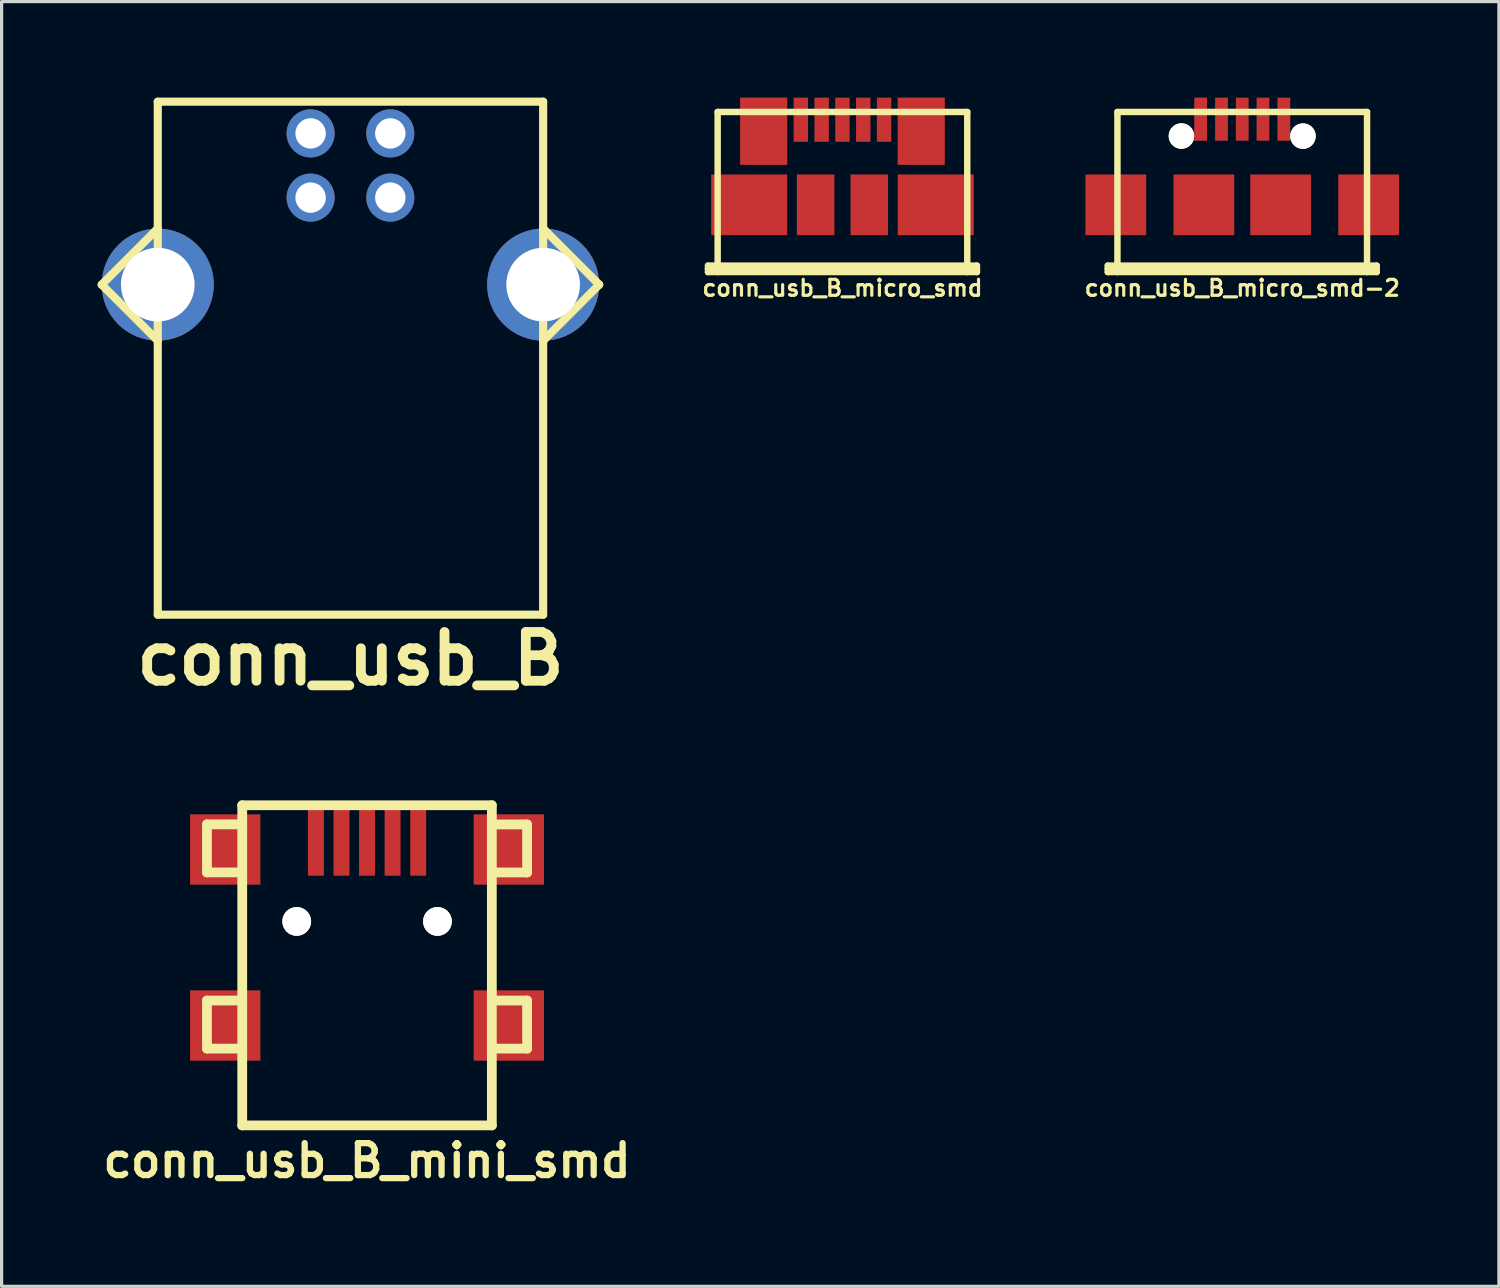
<source format=kicad_pcb>
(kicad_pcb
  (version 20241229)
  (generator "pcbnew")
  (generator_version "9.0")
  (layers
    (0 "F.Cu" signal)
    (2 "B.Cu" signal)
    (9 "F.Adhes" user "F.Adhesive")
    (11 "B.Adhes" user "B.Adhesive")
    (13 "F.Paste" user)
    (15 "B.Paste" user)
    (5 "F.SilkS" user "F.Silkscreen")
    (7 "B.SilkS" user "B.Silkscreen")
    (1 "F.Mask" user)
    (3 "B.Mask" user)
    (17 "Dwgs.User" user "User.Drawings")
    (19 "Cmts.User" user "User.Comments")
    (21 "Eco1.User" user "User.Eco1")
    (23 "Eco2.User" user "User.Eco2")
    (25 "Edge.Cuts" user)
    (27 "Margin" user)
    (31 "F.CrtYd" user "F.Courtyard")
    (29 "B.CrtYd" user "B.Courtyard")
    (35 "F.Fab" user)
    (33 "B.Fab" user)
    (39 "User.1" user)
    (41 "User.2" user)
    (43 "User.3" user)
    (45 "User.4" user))
  (footprint "conn_usb_B_mini_smd"
    (layer "F.Cu")
    (at 8.417 27.109)
    (property "Reference" "conn_usb_B_mini_smd" (at 0 6.101 0) (layer "F.SilkS") (effects (font (size 0.998 0.998) (thickness 0.196))))
    (attr through_hole)
    (fp_line (start -5.001 -4.404) (end -5.001 -2.903) (stroke (width 0.305) (type solid)) (layer "F.SilkS"))
    (fp_line (start -5.001 -2.903) (end -3.899 -2.903) (stroke (width 0.305) (type solid)) (layer "F.SilkS"))
    (fp_line (start -5.001 1.1) (end -5.001 2.601) (stroke (width 0.305) (type solid)) (layer "F.SilkS"))
    (fp_line (start -5.001 2.601) (end -3.899 2.601) (stroke (width 0.305) (type solid)) (layer "F.SilkS"))
    (fp_line (start -3.899 -5.001) (end -3.899 5.001) (stroke (width 0.305) (type solid)) (layer "F.SilkS"))
    (fp_line (start -3.899 -4.404) (end -5.001 -4.404) (stroke (width 0.305) (type solid)) (layer "F.SilkS"))
    (fp_line (start -3.899 1.1) (end -5.001 1.1) (stroke (width 0.305) (type solid)) (layer "F.SilkS"))
    (fp_line (start -3.899 5.001) (end 3.899 5.001) (stroke (width 0.305) (type solid)) (layer "F.SilkS"))
    (fp_line (start 3.899 -5.001) (end -3.899 -5.001) (stroke (width 0.305) (type solid)) (layer "F.SilkS"))
    (fp_line (start 3.899 -4.402) (end 5.001 -4.402) (stroke (width 0.305) (type solid)) (layer "F.SilkS"))
    (fp_line (start 3.899 1.1) (end 5.001 1.1) (stroke (width 0.305) (type solid)) (layer "F.SilkS"))
    (fp_line (start 3.899 5.001) (end 3.899 -5.001) (stroke (width 0.305) (type solid)) (layer "F.SilkS"))
    (fp_line (start 5.001 -4.402) (end 5.001 -2.901) (stroke (width 0.305) (type solid)) (layer "F.SilkS"))
    (fp_line (start 5.001 -2.901) (end 3.899 -2.901) (stroke (width 0.305) (type solid)) (layer "F.SilkS"))
    (fp_line (start 5.001 1.1) (end 5.001 2.601) (stroke (width 0.305) (type solid)) (layer "F.SilkS"))
    (fp_line (start 5.001 2.601) (end 3.899 2.601) (stroke (width 0.305) (type solid)) (layer "F.SilkS"))
    (pad "" smd rect (at -4.43 -3.619) (size 2.197 2.197) (layers "F.Cu" "F.Mask" "F.Paste"))
    (pad "" smd rect (at -4.43 1.88) (size 2.197 2.197) (layers "F.Cu" "F.Mask" "F.Paste"))
    (pad "" np_thru_hole circle (at -2.197 -1.372) (size 0.899 0.899) (drill 0.899) (layers "*.Cu" "*.Mask" "F.SilkS"))
    (pad "" np_thru_hole circle (at 2.2 -1.372) (size 0.899 0.899) (drill 0.899) (layers "*.Cu" "*.Mask" "F.SilkS"))
    (pad "" smd rect (at 4.43 -3.619) (size 2.197 2.197) (layers "F.Cu" "F.Mask" "F.Paste"))
    (pad "" smd rect (at 4.43 1.88) (size 2.197 2.197) (layers "F.Cu" "F.Mask" "F.Paste"))
    (pad "1" smd rect (at -1.598 -3.899) (size 0.498 2.197) (layers "F.Cu" "F.Mask" "F.Paste"))
    (pad "2" smd rect (at -0.798 -3.899) (size 0.498 2.197) (layers "F.Cu" "F.Mask" "F.Paste"))
    (pad "3" smd rect (at 0 -3.899) (size 0.498 2.197) (layers "F.Cu" "F.Mask" "F.Paste"))
    (pad "4" smd rect (at 0.798 -3.899) (size 0.498 2.197) (layers "F.Cu" "F.Mask" "F.Paste"))
    (pad "5" smd rect (at 1.598 -3.899) (size 0.498 2.197) (layers "F.Cu" "F.Mask" "F.Paste")))
  (footprint "conn_usb_B_micro_smd"
    (layer "F.Cu")
    (at 23.27 3.349)
    (property "Reference" "conn_usb_B_micro_smd" (at 0 2.601 0) (layer "F.SilkS") (effects (font (size 0.5 0.5) (thickness 0.099))))
    (attr through_hole)
    (fp_line (start -4.201 1.9) (end -4.201 2.101) (stroke (width 0.201) (type solid)) (layer "F.SilkS"))
    (fp_line (start -4.201 1.999) (end 4.201 1.999) (stroke (width 0.201) (type solid)) (layer "F.SilkS"))
    (fp_line (start -4.201 2.101) (end 4.201 2.101) (stroke (width 0.201) (type solid)) (layer "F.SilkS"))
    (fp_line (start -3.899 -2.901) (end 3.899 -2.901) (stroke (width 0.201) (type solid)) (layer "F.SilkS"))
    (fp_line (start -3.899 2.101) (end -3.899 -2.901) (stroke (width 0.201) (type solid)) (layer "F.SilkS"))
    (fp_line (start 3.899 -2.901) (end 3.899 2.101) (stroke (width 0.201) (type solid)) (layer "F.SilkS"))
    (fp_line (start 4.201 1.9) (end -4.201 1.9) (stroke (width 0.201) (type solid)) (layer "F.SilkS"))
    (fp_line (start 4.201 2.101) (end 4.201 1.9) (stroke (width 0.201) (type solid)) (layer "F.SilkS"))
    (pad "" smd rect (at -2.913 0) (size 2.375 1.897) (layers "F.Cu" "F.Mask" "F.Paste"))
    (pad "" smd rect (at -2.461 -2.299) (size 1.473 2.101) (layers "F.Cu" "F.Mask" "F.Paste"))
    (pad "" smd rect (at -0.838 0) (size 1.173 1.897) (layers "F.Cu" "F.Mask" "F.Paste"))
    (pad "" smd rect (at 0.838 0) (size 1.173 1.897) (layers "F.Cu" "F.Mask" "F.Paste"))
    (pad "" smd rect (at 2.461 -2.299) (size 1.473 2.101) (layers "F.Cu" "F.Mask" "F.Paste"))
    (pad "" smd rect (at 2.913 0) (size 2.375 1.897) (layers "F.Cu" "F.Mask" "F.Paste"))
    (pad "1" smd rect (at -1.3 -2.659) (size 0.45 1.379) (layers "F.Cu" "F.Mask" "F.Paste"))
    (pad "2" smd rect (at -0.65 -2.659) (size 0.45 1.379) (layers "F.Cu" "F.Mask" "F.Paste"))
    (pad "3" smd rect (at 0 -2.659) (size 0.45 1.379) (layers "F.Cu" "F.Mask" "F.Paste"))
    (pad "4" smd rect (at 0.65 -2.659) (size 0.45 1.379) (layers "F.Cu" "F.Mask" "F.Paste"))
    (pad "5" smd rect (at 1.3 -2.659) (size 0.45 1.379) (layers "F.Cu" "F.Mask" "F.Paste")))
  (footprint "conn_usb_B_micro_smd-2"
    (layer "F.Cu")
    (at 35.76 3.349)
    (property "Reference" "conn_usb_B_micro_smd-2" (at 0 2.601 0) (layer "F.SilkS") (effects (font (size 0.5 0.5) (thickness 0.099))))
    (attr through_hole)
    (fp_line (start -4.201 1.9) (end -4.201 2.101) (stroke (width 0.201) (type solid)) (layer "F.SilkS"))
    (fp_line (start -4.201 1.999) (end 4.201 1.999) (stroke (width 0.201) (type solid)) (layer "F.SilkS"))
    (fp_line (start -4.201 2.101) (end 4.201 2.101) (stroke (width 0.201) (type solid)) (layer "F.SilkS"))
    (fp_line (start -3.899 -2.901) (end 3.899 -2.901) (stroke (width 0.201) (type solid)) (layer "F.SilkS"))
    (fp_line (start -3.899 2.101) (end -3.899 -2.901) (stroke (width 0.201) (type solid)) (layer "F.SilkS"))
    (fp_line (start 3.899 -2.901) (end 3.899 2.101) (stroke (width 0.201) (type solid)) (layer "F.SilkS"))
    (fp_line (start 4.201 1.9) (end -4.201 1.9) (stroke (width 0.201) (type solid)) (layer "F.SilkS"))
    (fp_line (start 4.201 2.101) (end 4.201 1.9) (stroke (width 0.201) (type solid)) (layer "F.SilkS"))
    (pad "" smd rect (at -3.95 0) (size 1.897 1.897) (layers "F.Cu" "F.Mask" "F.Paste"))
    (pad "" np_thru_hole circle (at -1.9 -2.149) (size 0.798 0.798) (drill 0.798) (layers "*.Cu" "*.Mask" "F.SilkS"))
    (pad "" smd rect (at -1.199 0) (size 1.897 1.897) (layers "F.Cu" "F.Mask" "F.Paste"))
    (pad "" smd rect (at 1.199 0) (size 1.897 1.897) (layers "F.Cu" "F.Mask" "F.Paste"))
    (pad "" np_thru_hole circle (at 1.897 -2.146) (size 0.798 0.798) (drill 0.798) (layers "*.Cu" "*.Mask" "F.SilkS"))
    (pad "" smd rect (at 3.95 0) (size 1.897 1.897) (layers "F.Cu" "F.Mask" "F.Paste"))
    (pad "1" smd rect (at -1.3 -2.675) (size 0.399 1.349) (layers "F.Cu" "F.Mask" "F.Paste"))
    (pad "2" smd rect (at -0.648 -2.675) (size 0.399 1.346) (layers "F.Cu" "F.Mask" "F.Paste"))
    (pad "3" smd rect (at 0 -2.675) (size 0.399 1.346) (layers "F.Cu" "F.Mask" "F.Paste"))
    (pad "4" smd rect (at 0.648 -2.675) (size 0.399 1.346) (layers "F.Cu" "F.Mask" "F.Paste"))
    (pad "5" smd rect (at 1.3 -2.675) (size 0.399 1.346) (layers "F.Cu" "F.Mask" "F.Paste")))
  (footprint "conn_usb_B"
    (layer "F.Cu")
    (at 7.899 8.128)
    (property "Reference" "conn_usb_B" (at 0 9.401 0) (layer "F.SilkS") (effects (font (size 1.524 1.524) (thickness 0.305))))
    (attr through_hole)
    (fp_line (start -7.772 -2.286) (end -6.02 -0.533) (stroke (width 0.254) (type solid)) (layer "F.SilkS"))
    (fp_line (start -6.02 -8.001) (end -6.02 -2.286) (stroke (width 0.254) (type solid)) (layer "F.SilkS"))
    (fp_line (start -6.02 -4.039) (end -7.772 -2.286) (stroke (width 0.254) (type solid)) (layer "F.SilkS"))
    (fp_line (start -6.02 -2.286) (end -6.02 8.026) (stroke (width 0.254) (type solid)) (layer "F.SilkS"))
    (fp_line (start -6.02 8.026) (end 6.02 8.026) (stroke (width 0.254) (type solid)) (layer "F.SilkS"))
    (fp_line (start 6.02 -8.001) (end -6.02 -8.001) (stroke (width 0.254) (type solid)) (layer "F.SilkS"))
    (fp_line (start 6.02 -4.039) (end 7.772 -2.286) (stroke (width 0.254) (type solid)) (layer "F.SilkS"))
    (fp_line (start 6.02 -2.286) (end 6.02 -8.001) (stroke (width 0.254) (type solid)) (layer "F.SilkS"))
    (fp_line (start 6.02 8.026) (end 6.02 -2.286) (stroke (width 0.254) (type solid)) (layer "F.SilkS"))
    (fp_line (start 7.772 -2.286) (end 6.02 -0.533) (stroke (width 0.254) (type solid)) (layer "F.SilkS"))
    (pad "" thru_hole circle (at -6.02 -2.286) (size 3.5 3.5) (drill 2.301) (layers "*.Cu" "*.Mask"))
    (pad "" thru_hole circle (at 6.02 -2.286) (size 3.5 3.5) (drill 2.301) (layers "*.Cu" "*.Mask"))
    (pad "1" thru_hole circle (at 1.245 -7.01) (size 1.501 1.501) (drill 0.95) (layers "*.Cu" "*.Mask"))
    (pad "2" thru_hole circle (at -1.245 -7.01) (size 1.501 1.501) (drill 0.95) (layers "*.Cu" "*.Mask"))
    (pad "3" thru_hole circle (at -1.245 -5.004) (size 1.501 1.501) (drill 0.95) (layers "*.Cu" "*.Mask"))
    (pad "4" thru_hole circle (at 1.245 -5.004) (size 1.501 1.501) (drill 0.95) (layers "*.Cu" "*.Mask")))
  (gr_rect
    (start -3 -3)
    (end 43.779 37.137)
    (stroke (width 0.1) (type default))
    (fill no)
    (layer "Edge.Cuts")))
</source>
